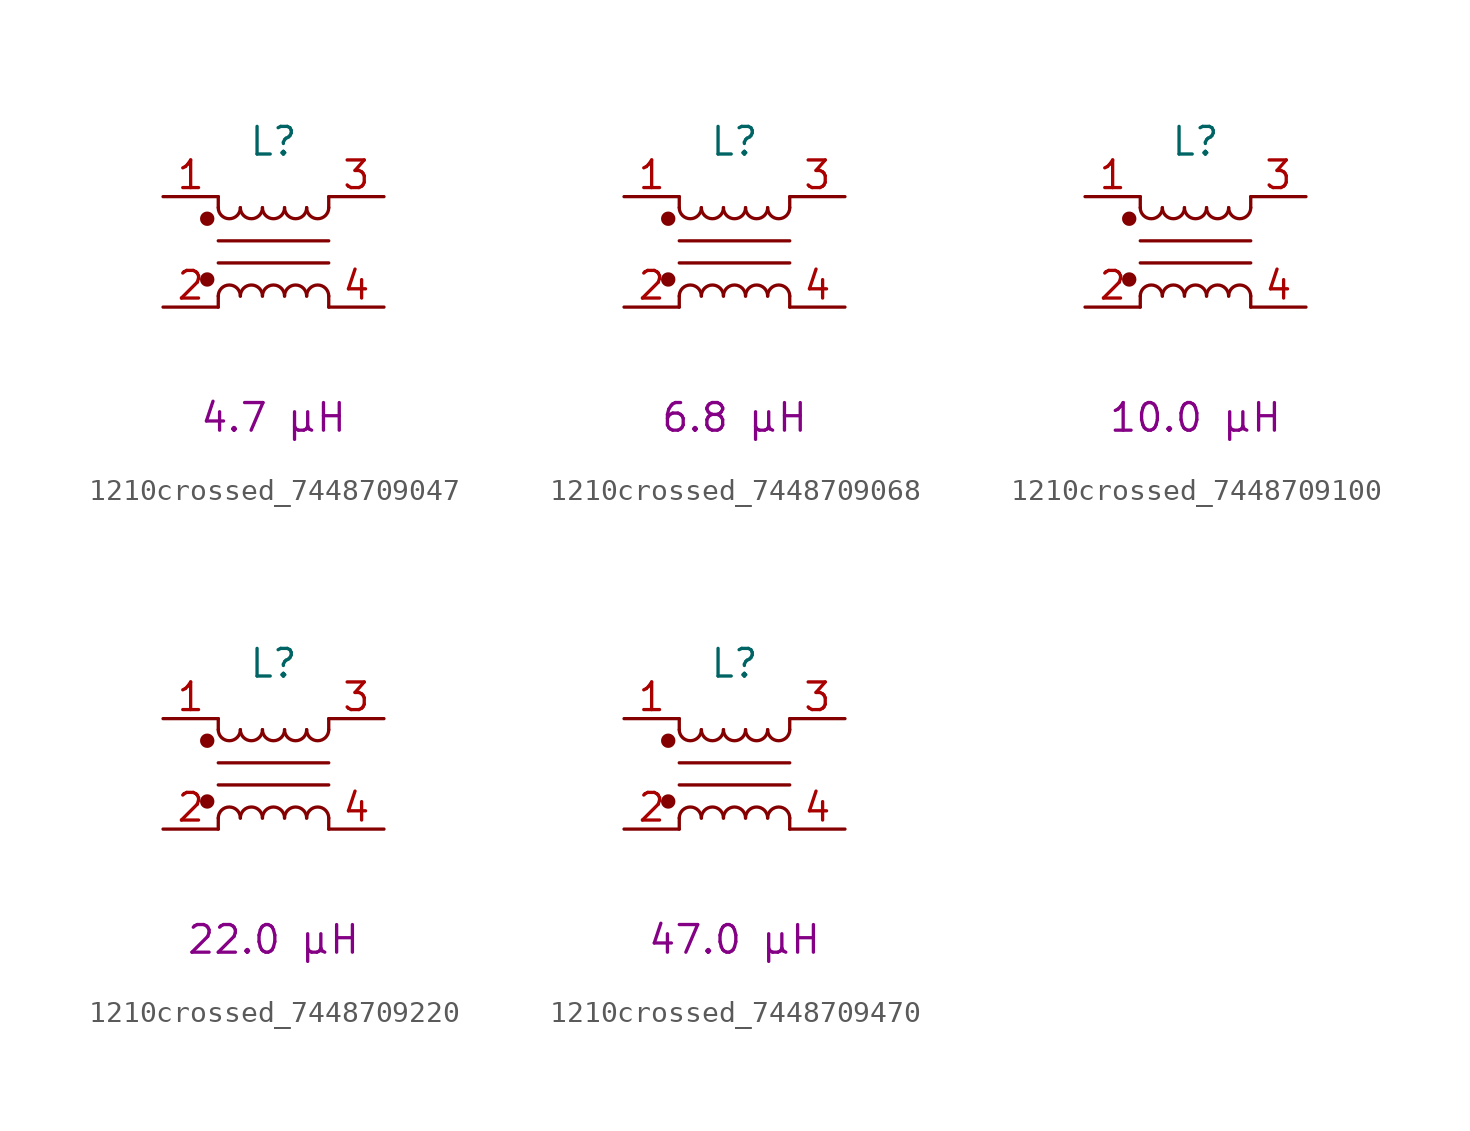
<source format=kicad_sym>
(kicad_symbol_lib
  (version 20220914)
  (generator kicad_symbol_editor)
  (symbol "1210crossed_7448709047"
    (pin_names hide)
    (property "Reference" "L"
      (at 0 5.08 0)
      (effects (font (size 1.27 1.27))))
    (property "Critical Parameter" "4.7 µH"
      (at 0 -7.62 0)
      (effects (font (size 1.27 1.27))))
    (symbol "1210crossed_7448709047_0_1"
      (circle (center -3.048 -1.27) (radius 0.254) (stroke (width 0) (type default)) (fill (type outline)))
      (circle (center -3.048 1.524) (radius 0.254) (stroke (width 0) (type default)) (fill (type outline)))
      (arc (start -2.54 2.032) (mid -2.032 1.5262) (end -1.524 2.032) (stroke (width 0) (type default)) (fill (type none)))
      (arc (start -1.524 -2.032) (mid -2.032 -1.5262) (end -2.54 -2.032) (stroke (width 0) (type default)) (fill (type none)))
      (arc (start -1.524 2.032) (mid -1.016 1.5262) (end -0.508 2.032) (stroke (width 0) (type default)) (fill (type none)))
      (arc (start -0.508 -2.032) (mid -1.016 -1.5262) (end -1.524 -2.032) (stroke (width 0) (type default)) (fill (type none)))
      (arc (start -0.508 2.032) (mid 0 1.5262) (end 0.508 2.032) (stroke (width 0) (type default)) (fill (type none)))
      (polyline (pts (xy -2.54 -2.032) (xy -2.54 -2.54)) (stroke (width 0) (type default)) (fill (type none)))
      (polyline (pts (xy -2.54 0.508) (xy 2.54 0.508)) (stroke (width 0) (type default)) (fill (type none)))
      (polyline (pts (xy -2.54 2.032) (xy -2.54 2.54)) (stroke (width 0) (type default)) (fill (type none)))
      (polyline (pts (xy 2.54 -2.032) (xy 2.54 -2.54)) (stroke (width 0) (type default)) (fill (type none)))
      (polyline (pts (xy 2.54 -0.508) (xy -2.54 -0.508)) (stroke (width 0) (type default)) (fill (type none)))
      (polyline (pts (xy 2.54 2.54) (xy 2.54 2.032)) (stroke (width 0) (type default)) (fill (type none)))
      (arc (start 0.508 -2.032) (mid 0 -1.5262) (end -0.508 -2.032) (stroke (width 0) (type default)) (fill (type none)))
      (arc (start 0.508 2.032) (mid 1.016 1.5262) (end 1.524 2.032) (stroke (width 0) (type default)) (fill (type none)))
      (arc (start 1.524 -2.032) (mid 1.016 -1.5262) (end 0.508 -2.032) (stroke (width 0) (type default)) (fill (type none)))
      (arc (start 1.524 2.032) (mid 2.032 1.5262) (end 2.54 2.032) (stroke (width 0) (type default)) (fill (type none)))
      (arc (start 2.54 -2.032) (mid 2.032 -1.5262) (end 1.524 -2.032) (stroke (width 0) (type default)) (fill (type none))))
    (symbol "1210crossed_7448709047_1_1"
      (pin passive line (at -5.08 2.54 0) (length 2.54) (name "1" (effects (font (size 1.27 1.27)))) (number "1" (effects (font (size 1.27 1.27)))))
      (pin passive line (at -5.08 -2.54 0) (length 2.54) (name "2" (effects (font (size 1.27 1.27)))) (number "2" (effects (font (size 1.27 1.27)))))
      (pin passive line (at 5.08 2.54 180) (length 2.54) (name "3" (effects (font (size 1.27 1.27)))) (number "3" (effects (font (size 1.27 1.27)))))
      (pin passive line (at 5.08 -2.54 180) (length 2.54) (name "4" (effects (font (size 1.27 1.27)))) (number "4" (effects (font (size 1.27 1.27)))))))
  (symbol "1210crossed_7448709068"
    (pin_names hide)
    (property "Reference" "L"
      (at 0 5.08 0)
      (effects (font (size 1.27 1.27))))
    (property "Critical Parameter" "6.8 µH"
      (at 0 -7.62 0)
      (effects (font (size 1.27 1.27))))
    (symbol "1210crossed_7448709068_0_1"
      (circle (center -3.048 -1.27) (radius 0.254) (stroke (width 0) (type default)) (fill (type outline)))
      (circle (center -3.048 1.524) (radius 0.254) (stroke (width 0) (type default)) (fill (type outline)))
      (arc (start -2.54 2.032) (mid -2.032 1.5262) (end -1.524 2.032) (stroke (width 0) (type default)) (fill (type none)))
      (arc (start -1.524 -2.032) (mid -2.032 -1.5262) (end -2.54 -2.032) (stroke (width 0) (type default)) (fill (type none)))
      (arc (start -1.524 2.032) (mid -1.016 1.5262) (end -0.508 2.032) (stroke (width 0) (type default)) (fill (type none)))
      (arc (start -0.508 -2.032) (mid -1.016 -1.5262) (end -1.524 -2.032) (stroke (width 0) (type default)) (fill (type none)))
      (arc (start -0.508 2.032) (mid 0 1.5262) (end 0.508 2.032) (stroke (width 0) (type default)) (fill (type none)))
      (polyline (pts (xy -2.54 -2.032) (xy -2.54 -2.54)) (stroke (width 0) (type default)) (fill (type none)))
      (polyline (pts (xy -2.54 0.508) (xy 2.54 0.508)) (stroke (width 0) (type default)) (fill (type none)))
      (polyline (pts (xy -2.54 2.032) (xy -2.54 2.54)) (stroke (width 0) (type default)) (fill (type none)))
      (polyline (pts (xy 2.54 -2.032) (xy 2.54 -2.54)) (stroke (width 0) (type default)) (fill (type none)))
      (polyline (pts (xy 2.54 -0.508) (xy -2.54 -0.508)) (stroke (width 0) (type default)) (fill (type none)))
      (polyline (pts (xy 2.54 2.54) (xy 2.54 2.032)) (stroke (width 0) (type default)) (fill (type none)))
      (arc (start 0.508 -2.032) (mid 0 -1.5262) (end -0.508 -2.032) (stroke (width 0) (type default)) (fill (type none)))
      (arc (start 0.508 2.032) (mid 1.016 1.5262) (end 1.524 2.032) (stroke (width 0) (type default)) (fill (type none)))
      (arc (start 1.524 -2.032) (mid 1.016 -1.5262) (end 0.508 -2.032) (stroke (width 0) (type default)) (fill (type none)))
      (arc (start 1.524 2.032) (mid 2.032 1.5262) (end 2.54 2.032) (stroke (width 0) (type default)) (fill (type none)))
      (arc (start 2.54 -2.032) (mid 2.032 -1.5262) (end 1.524 -2.032) (stroke (width 0) (type default)) (fill (type none))))
    (symbol "1210crossed_7448709068_1_1"
      (pin passive line (at -5.08 2.54 0) (length 2.54) (name "1" (effects (font (size 1.27 1.27)))) (number "1" (effects (font (size 1.27 1.27)))))
      (pin passive line (at -5.08 -2.54 0) (length 2.54) (name "2" (effects (font (size 1.27 1.27)))) (number "2" (effects (font (size 1.27 1.27)))))
      (pin passive line (at 5.08 2.54 180) (length 2.54) (name "3" (effects (font (size 1.27 1.27)))) (number "3" (effects (font (size 1.27 1.27)))))
      (pin passive line (at 5.08 -2.54 180) (length 2.54) (name "4" (effects (font (size 1.27 1.27)))) (number "4" (effects (font (size 1.27 1.27)))))))
  (symbol "1210crossed_7448709100"
    (pin_names hide)
    (property "Reference" "L"
      (at 0 5.08 0)
      (effects (font (size 1.27 1.27))))
    (property "Critical Parameter" "10.0 µH"
      (at 0 -7.62 0)
      (effects (font (size 1.27 1.27))))
    (symbol "1210crossed_7448709100_0_1"
      (circle (center -3.048 -1.27) (radius 0.254) (stroke (width 0) (type default)) (fill (type outline)))
      (circle (center -3.048 1.524) (radius 0.254) (stroke (width 0) (type default)) (fill (type outline)))
      (arc (start -2.54 2.032) (mid -2.032 1.5262) (end -1.524 2.032) (stroke (width 0) (type default)) (fill (type none)))
      (arc (start -1.524 -2.032) (mid -2.032 -1.5262) (end -2.54 -2.032) (stroke (width 0) (type default)) (fill (type none)))
      (arc (start -1.524 2.032) (mid -1.016 1.5262) (end -0.508 2.032) (stroke (width 0) (type default)) (fill (type none)))
      (arc (start -0.508 -2.032) (mid -1.016 -1.5262) (end -1.524 -2.032) (stroke (width 0) (type default)) (fill (type none)))
      (arc (start -0.508 2.032) (mid 0 1.5262) (end 0.508 2.032) (stroke (width 0) (type default)) (fill (type none)))
      (polyline (pts (xy -2.54 -2.032) (xy -2.54 -2.54)) (stroke (width 0) (type default)) (fill (type none)))
      (polyline (pts (xy -2.54 0.508) (xy 2.54 0.508)) (stroke (width 0) (type default)) (fill (type none)))
      (polyline (pts (xy -2.54 2.032) (xy -2.54 2.54)) (stroke (width 0) (type default)) (fill (type none)))
      (polyline (pts (xy 2.54 -2.032) (xy 2.54 -2.54)) (stroke (width 0) (type default)) (fill (type none)))
      (polyline (pts (xy 2.54 -0.508) (xy -2.54 -0.508)) (stroke (width 0) (type default)) (fill (type none)))
      (polyline (pts (xy 2.54 2.54) (xy 2.54 2.032)) (stroke (width 0) (type default)) (fill (type none)))
      (arc (start 0.508 -2.032) (mid 0 -1.5262) (end -0.508 -2.032) (stroke (width 0) (type default)) (fill (type none)))
      (arc (start 0.508 2.032) (mid 1.016 1.5262) (end 1.524 2.032) (stroke (width 0) (type default)) (fill (type none)))
      (arc (start 1.524 -2.032) (mid 1.016 -1.5262) (end 0.508 -2.032) (stroke (width 0) (type default)) (fill (type none)))
      (arc (start 1.524 2.032) (mid 2.032 1.5262) (end 2.54 2.032) (stroke (width 0) (type default)) (fill (type none)))
      (arc (start 2.54 -2.032) (mid 2.032 -1.5262) (end 1.524 -2.032) (stroke (width 0) (type default)) (fill (type none))))
    (symbol "1210crossed_7448709100_1_1"
      (pin passive line (at -5.08 2.54 0) (length 2.54) (name "1" (effects (font (size 1.27 1.27)))) (number "1" (effects (font (size 1.27 1.27)))))
      (pin passive line (at -5.08 -2.54 0) (length 2.54) (name "2" (effects (font (size 1.27 1.27)))) (number "2" (effects (font (size 1.27 1.27)))))
      (pin passive line (at 5.08 2.54 180) (length 2.54) (name "3" (effects (font (size 1.27 1.27)))) (number "3" (effects (font (size 1.27 1.27)))))
      (pin passive line (at 5.08 -2.54 180) (length 2.54) (name "4" (effects (font (size 1.27 1.27)))) (number "4" (effects (font (size 1.27 1.27)))))))
  (symbol "1210crossed_7448709220"
    (pin_names hide)
    (property "Reference" "L"
      (at 0 5.08 0)
      (effects (font (size 1.27 1.27))))
    (property "Critical Parameter" "22.0 µH"
      (at 0 -7.62 0)
      (effects (font (size 1.27 1.27))))
    (symbol "1210crossed_7448709220_0_1"
      (circle (center -3.048 -1.27) (radius 0.254) (stroke (width 0) (type default)) (fill (type outline)))
      (circle (center -3.048 1.524) (radius 0.254) (stroke (width 0) (type default)) (fill (type outline)))
      (arc (start -2.54 2.032) (mid -2.032 1.5262) (end -1.524 2.032) (stroke (width 0) (type default)) (fill (type none)))
      (arc (start -1.524 -2.032) (mid -2.032 -1.5262) (end -2.54 -2.032) (stroke (width 0) (type default)) (fill (type none)))
      (arc (start -1.524 2.032) (mid -1.016 1.5262) (end -0.508 2.032) (stroke (width 0) (type default)) (fill (type none)))
      (arc (start -0.508 -2.032) (mid -1.016 -1.5262) (end -1.524 -2.032) (stroke (width 0) (type default)) (fill (type none)))
      (arc (start -0.508 2.032) (mid 0 1.5262) (end 0.508 2.032) (stroke (width 0) (type default)) (fill (type none)))
      (polyline (pts (xy -2.54 -2.032) (xy -2.54 -2.54)) (stroke (width 0) (type default)) (fill (type none)))
      (polyline (pts (xy -2.54 0.508) (xy 2.54 0.508)) (stroke (width 0) (type default)) (fill (type none)))
      (polyline (pts (xy -2.54 2.032) (xy -2.54 2.54)) (stroke (width 0) (type default)) (fill (type none)))
      (polyline (pts (xy 2.54 -2.032) (xy 2.54 -2.54)) (stroke (width 0) (type default)) (fill (type none)))
      (polyline (pts (xy 2.54 -0.508) (xy -2.54 -0.508)) (stroke (width 0) (type default)) (fill (type none)))
      (polyline (pts (xy 2.54 2.54) (xy 2.54 2.032)) (stroke (width 0) (type default)) (fill (type none)))
      (arc (start 0.508 -2.032) (mid 0 -1.5262) (end -0.508 -2.032) (stroke (width 0) (type default)) (fill (type none)))
      (arc (start 0.508 2.032) (mid 1.016 1.5262) (end 1.524 2.032) (stroke (width 0) (type default)) (fill (type none)))
      (arc (start 1.524 -2.032) (mid 1.016 -1.5262) (end 0.508 -2.032) (stroke (width 0) (type default)) (fill (type none)))
      (arc (start 1.524 2.032) (mid 2.032 1.5262) (end 2.54 2.032) (stroke (width 0) (type default)) (fill (type none)))
      (arc (start 2.54 -2.032) (mid 2.032 -1.5262) (end 1.524 -2.032) (stroke (width 0) (type default)) (fill (type none))))
    (symbol "1210crossed_7448709220_1_1"
      (pin passive line (at -5.08 2.54 0) (length 2.54) (name "1" (effects (font (size 1.27 1.27)))) (number "1" (effects (font (size 1.27 1.27)))))
      (pin passive line (at -5.08 -2.54 0) (length 2.54) (name "2" (effects (font (size 1.27 1.27)))) (number "2" (effects (font (size 1.27 1.27)))))
      (pin passive line (at 5.08 2.54 180) (length 2.54) (name "3" (effects (font (size 1.27 1.27)))) (number "3" (effects (font (size 1.27 1.27)))))
      (pin passive line (at 5.08 -2.54 180) (length 2.54) (name "4" (effects (font (size 1.27 1.27)))) (number "4" (effects (font (size 1.27 1.27)))))))
  (symbol "1210crossed_7448709470"
    (pin_names hide)
    (property "Reference" "L"
      (at 0 5.08 0)
      (effects (font (size 1.27 1.27))))
    (property "Critical Parameter" "47.0 µH"
      (at 0 -7.62 0)
      (effects (font (size 1.27 1.27))))
    (symbol "1210crossed_7448709470_0_1"
      (circle (center -3.048 -1.27) (radius 0.254) (stroke (width 0) (type default)) (fill (type outline)))
      (circle (center -3.048 1.524) (radius 0.254) (stroke (width 0) (type default)) (fill (type outline)))
      (arc (start -2.54 2.032) (mid -2.032 1.5262) (end -1.524 2.032) (stroke (width 0) (type default)) (fill (type none)))
      (arc (start -1.524 -2.032) (mid -2.032 -1.5262) (end -2.54 -2.032) (stroke (width 0) (type default)) (fill (type none)))
      (arc (start -1.524 2.032) (mid -1.016 1.5262) (end -0.508 2.032) (stroke (width 0) (type default)) (fill (type none)))
      (arc (start -0.508 -2.032) (mid -1.016 -1.5262) (end -1.524 -2.032) (stroke (width 0) (type default)) (fill (type none)))
      (arc (start -0.508 2.032) (mid 0 1.5262) (end 0.508 2.032) (stroke (width 0) (type default)) (fill (type none)))
      (polyline (pts (xy -2.54 -2.032) (xy -2.54 -2.54)) (stroke (width 0) (type default)) (fill (type none)))
      (polyline (pts (xy -2.54 0.508) (xy 2.54 0.508)) (stroke (width 0) (type default)) (fill (type none)))
      (polyline (pts (xy -2.54 2.032) (xy -2.54 2.54)) (stroke (width 0) (type default)) (fill (type none)))
      (polyline (pts (xy 2.54 -2.032) (xy 2.54 -2.54)) (stroke (width 0) (type default)) (fill (type none)))
      (polyline (pts (xy 2.54 -0.508) (xy -2.54 -0.508)) (stroke (width 0) (type default)) (fill (type none)))
      (polyline (pts (xy 2.54 2.54) (xy 2.54 2.032)) (stroke (width 0) (type default)) (fill (type none)))
      (arc (start 0.508 -2.032) (mid 0 -1.5262) (end -0.508 -2.032) (stroke (width 0) (type default)) (fill (type none)))
      (arc (start 0.508 2.032) (mid 1.016 1.5262) (end 1.524 2.032) (stroke (width 0) (type default)) (fill (type none)))
      (arc (start 1.524 -2.032) (mid 1.016 -1.5262) (end 0.508 -2.032) (stroke (width 0) (type default)) (fill (type none)))
      (arc (start 1.524 2.032) (mid 2.032 1.5262) (end 2.54 2.032) (stroke (width 0) (type default)) (fill (type none)))
      (arc (start 2.54 -2.032) (mid 2.032 -1.5262) (end 1.524 -2.032) (stroke (width 0) (type default)) (fill (type none))))
    (symbol "1210crossed_7448709470_1_1"
      (pin passive line (at -5.08 2.54 0) (length 2.54) (name "1" (effects (font (size 1.27 1.27)))) (number "1" (effects (font (size 1.27 1.27)))))
      (pin passive line (at -5.08 -2.54 0) (length 2.54) (name "2" (effects (font (size 1.27 1.27)))) (number "2" (effects (font (size 1.27 1.27)))))
      (pin passive line (at 5.08 2.54 180) (length 2.54) (name "3" (effects (font (size 1.27 1.27)))) (number "3" (effects (font (size 1.27 1.27)))))
      (pin passive line (at 5.08 -2.54 180) (length 2.54) (name "4" (effects (font (size 1.27 1.27)))) (number "4" (effects (font (size 1.27 1.27))))))))
</source>
